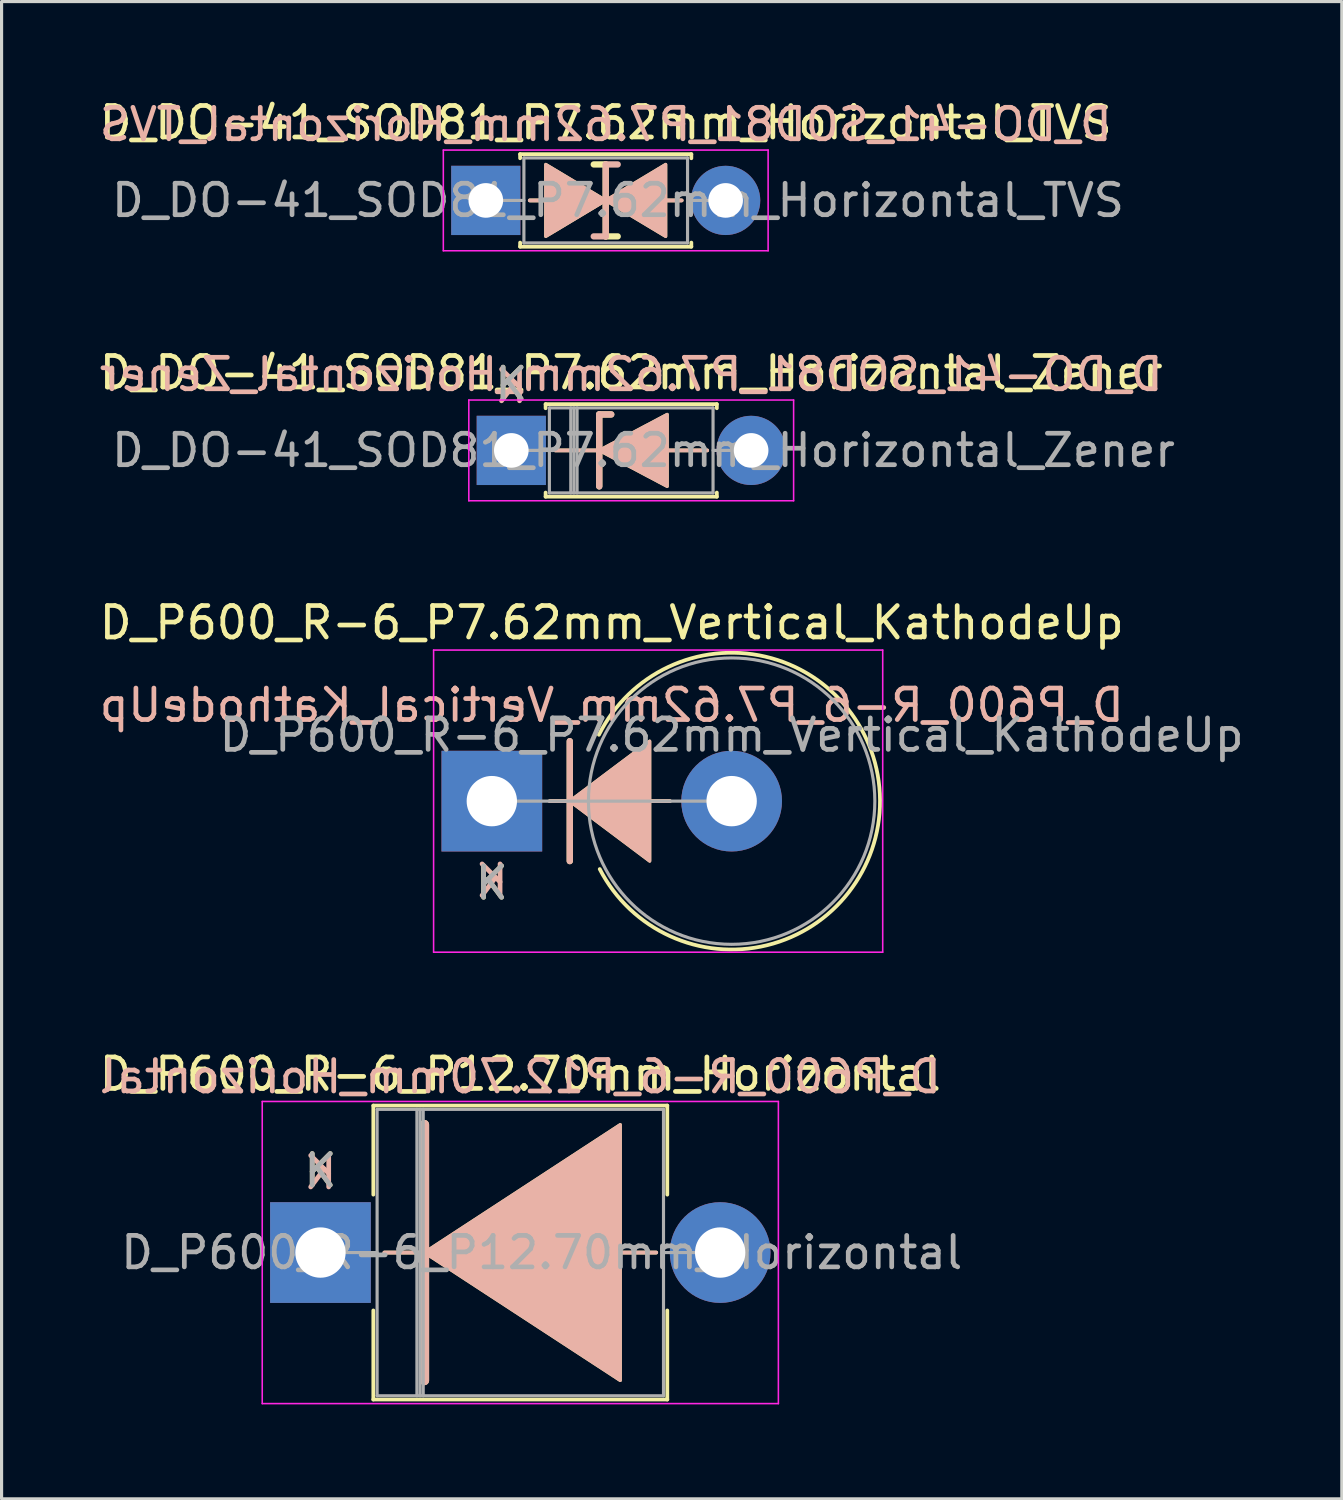
<source format=kicad_pcb>
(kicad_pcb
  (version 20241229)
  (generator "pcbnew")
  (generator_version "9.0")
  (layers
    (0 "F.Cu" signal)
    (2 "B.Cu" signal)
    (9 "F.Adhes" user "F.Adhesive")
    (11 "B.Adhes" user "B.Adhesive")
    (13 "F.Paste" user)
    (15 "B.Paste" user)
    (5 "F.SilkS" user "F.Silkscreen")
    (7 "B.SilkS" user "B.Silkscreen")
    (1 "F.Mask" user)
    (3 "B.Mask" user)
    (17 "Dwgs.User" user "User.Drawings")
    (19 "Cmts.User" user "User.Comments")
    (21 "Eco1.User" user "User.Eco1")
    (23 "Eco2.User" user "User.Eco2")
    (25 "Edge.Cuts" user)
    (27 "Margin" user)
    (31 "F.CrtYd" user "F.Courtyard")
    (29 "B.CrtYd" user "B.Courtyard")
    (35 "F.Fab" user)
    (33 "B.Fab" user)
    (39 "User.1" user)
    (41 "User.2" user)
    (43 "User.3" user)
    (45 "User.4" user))
  (footprint "D_DO-41_SOD81_P7.62mm_Horizontal_Zener"
    (layer "F.Cu")
    (at 13.196 11.261)
    (property "Reference" "D_DO-41_SOD81_P7.62mm_Horizontal_Zener" (at 3.81 -2.47 0) (layer "F.SilkS") (effects (font (size 1 1) (thickness 0.15))))
    (fp_line (start 1.09 -1.47) (end 6.53 -1.47) (stroke (width 0.12) (type solid)) (layer "F.SilkS"))
    (fp_line (start 1.09 -1.34) (end 1.09 -1.47) (stroke (width 0.12) (type solid)) (layer "F.SilkS"))
    (fp_line (start 1.09 1.34) (end 1.09 1.47) (stroke (width 0.12) (type solid)) (layer "F.SilkS"))
    (fp_line (start 1.09 1.47) (end 6.53 1.47) (stroke (width 0.12) (type solid)) (layer "F.SilkS"))
    (fp_line (start 2.794 -1.143) (end 2.794 1.143) (stroke (width 0.2) (type solid)) (layer "F.SilkS"))
    (fp_line (start 2.794 -1.143) (end 3.175 -1.143) (stroke (width 0.2) (type solid)) (layer "F.SilkS"))
    (fp_line (start 2.794 0) (end 1.397 0) (stroke (width 0.12) (type solid)) (layer "F.SilkS"))
    (fp_line (start 4.953 0) (end 6.223 0) (stroke (width 0.12) (type solid)) (layer "F.SilkS"))
    (fp_line (start 6.53 -1.47) (end 6.53 -1.34) (stroke (width 0.12) (type solid)) (layer "F.SilkS"))
    (fp_line (start 6.53 1.47) (end 6.53 1.34) (stroke (width 0.12) (type solid)) (layer "F.SilkS"))
    (fp_poly (pts (xy 4.953 1.143) (xy 2.794 0) (xy 4.953 -1.143)) (stroke (width 0.1) (type solid)) (fill yes) (layer "F.SilkS"))
    (fp_line (start 2.794 -1.143) (end 3.175 -1.143) (stroke (width 0.2) (type solid)) (layer "B.SilkS"))
    (fp_line (start 2.794 0) (end 1.397 0) (stroke (width 0.12) (type solid)) (layer "B.SilkS"))
    (fp_line (start 2.794 1.143) (end 2.794 -1.143) (stroke (width 0.2) (type solid)) (layer "B.SilkS"))
    (fp_line (start 4.953 0) (end 6.223 0) (stroke (width 0.12) (type solid)) (layer "B.SilkS"))
    (fp_poly (pts (xy 4.953 -1.143) (xy 2.794 0) (xy 4.953 1.143)) (stroke (width 0.1) (type solid)) (fill yes) (layer "B.SilkS"))
    (fp_line (start -1.35 -1.6) (end -1.35 1.6) (stroke (width 0.05) (type solid)) (layer "F.CrtYd"))
    (fp_line (start -1.35 1.6) (end 8.97 1.6) (stroke (width 0.05) (type solid)) (layer "F.CrtYd"))
    (fp_line (start 8.97 -1.6) (end -1.35 -1.6) (stroke (width 0.05) (type solid)) (layer "F.CrtYd"))
    (fp_line (start 8.97 1.6) (end 8.97 -1.6) (stroke (width 0.05) (type solid)) (layer "F.CrtYd"))
    (fp_line (start 0 0) (end 1.21 0) (stroke (width 0.1) (type solid)) (layer "F.Fab"))
    (fp_line (start 1.21 -1.35) (end 1.21 1.35) (stroke (width 0.1) (type solid)) (layer "F.Fab"))
    (fp_line (start 1.21 1.35) (end 6.41 1.35) (stroke (width 0.1) (type solid)) (layer "F.Fab"))
    (fp_line (start 1.89 -1.35) (end 1.89 1.35) (stroke (width 0.1) (type solid)) (layer "F.Fab"))
    (fp_line (start 1.99 -1.35) (end 1.99 1.35) (stroke (width 0.1) (type solid)) (layer "F.Fab"))
    (fp_line (start 2.09 -1.35) (end 2.09 1.35) (stroke (width 0.1) (type solid)) (layer "F.Fab"))
    (fp_line (start 6.41 -1.35) (end 1.21 -1.35) (stroke (width 0.1) (type solid)) (layer "F.Fab"))
    (fp_line (start 6.41 1.35) (end 6.41 -1.35) (stroke (width 0.1) (type solid)) (layer "F.Fab"))
    (fp_line (start 7.62 0) (end 6.41 0) (stroke (width 0.1) (type solid)) (layer "F.Fab"))
    (fp_text user "K" (at 0 -2.1 0) (layer "F.SilkS") (effects (font (size 1 1) (thickness 0.15))))
    (fp_text user "K" (at 0 -2.032 0) (layer "B.SilkS") (effects (font (size 1 1) (thickness 0.15)) (justify mirror)))
    (fp_text user "${REFERENCE}" (at 3.81 -2.413 0) (layer "B.SilkS") (effects (font (size 1 1) (thickness 0.15)) (justify mirror)))
    (fp_text user "K" (at 0 -2.1 0) (layer "F.Fab") (effects (font (size 1 1) (thickness 0.15))))
    (fp_text user "${REFERENCE}" (at 4.2 0 0) (layer "F.Fab") (effects (font (size 1 1) (thickness 0.15))))
    (pad "1" thru_hole rect (at 0 0) (size 2.2 2.2) (drill 1.1) (layers "*.Cu" "*.Mask"))
    (pad "2" thru_hole oval (at 7.62 0) (size 2.2 2.2) (drill 1.1) (layers "*.Cu" "*.Mask")))
  (footprint "D_P600_R-6_P12.70mm_Horizontal"
    (layer "F.Cu")
    (at 7.132 36.748)
    (property "Reference" "D_P600_R-6_P12.70mm_Horizontal" (at 6.35 -5.67 0) (layer "F.SilkS") (effects (font (size 1 1) (thickness 0.15))))
    (fp_line (start 1.68 -4.67) (end 11.02 -4.67) (stroke (width 0.12) (type solid)) (layer "F.SilkS"))
    (fp_line (start 1.68 -1.84) (end 1.68 -4.67) (stroke (width 0.12) (type solid)) (layer "F.SilkS"))
    (fp_line (start 1.68 1.84) (end 1.68 4.67) (stroke (width 0.12) (type solid)) (layer "F.SilkS"))
    (fp_line (start 1.68 4.67) (end 11.02 4.67) (stroke (width 0.12) (type solid)) (layer "F.SilkS"))
    (fp_line (start 3.175 0) (end 2.032 0) (stroke (width 0.12) (type solid)) (layer "F.SilkS"))
    (fp_line (start 3.302 -4.064) (end 3.302 4.064) (stroke (width 0.3) (type solid)) (layer "F.SilkS"))
    (fp_line (start 9.398 0) (end 10.668 0) (stroke (width 0.12) (type solid)) (layer "F.SilkS"))
    (fp_line (start 11.02 -4.67) (end 11.02 -1.84) (stroke (width 0.12) (type solid)) (layer "F.SilkS"))
    (fp_line (start 11.02 4.67) (end 11.02 1.84) (stroke (width 0.12) (type solid)) (layer "F.SilkS"))
    (fp_poly (pts (xy 9.525 4.064) (xy 3.302 0) (xy 9.525 -4.064)) (stroke (width 0.1) (type solid)) (fill yes) (layer "F.SilkS"))
    (fp_line (start 3.175 0) (end 2.032 0) (stroke (width 0.12) (type solid)) (layer "B.SilkS"))
    (fp_line (start 3.302 4.064) (end 3.302 -4.064) (stroke (width 0.3) (type solid)) (layer "B.SilkS"))
    (fp_line (start 9.398 0) (end 10.668 0) (stroke (width 0.12) (type solid)) (layer "B.SilkS"))
    (fp_poly (pts (xy 9.525 -4.064) (xy 3.302 0) (xy 9.525 4.064)) (stroke (width 0.1) (type solid)) (fill yes) (layer "B.SilkS"))
    (fp_line (start -1.85 -4.8) (end -1.85 4.8) (stroke (width 0.05) (type solid)) (layer "F.CrtYd"))
    (fp_line (start -1.85 4.8) (end 14.55 4.8) (stroke (width 0.05) (type solid)) (layer "F.CrtYd"))
    (fp_line (start 14.55 -4.8) (end -1.85 -4.8) (stroke (width 0.05) (type solid)) (layer "F.CrtYd"))
    (fp_line (start 14.55 4.8) (end 14.55 -4.8) (stroke (width 0.05) (type solid)) (layer "F.CrtYd"))
    (fp_line (start 0 0) (end 1.8 0) (stroke (width 0.1) (type solid)) (layer "F.Fab"))
    (fp_line (start 1.8 -4.55) (end 1.8 4.55) (stroke (width 0.1) (type solid)) (layer "F.Fab"))
    (fp_line (start 1.8 4.55) (end 10.9 4.55) (stroke (width 0.1) (type solid)) (layer "F.Fab"))
    (fp_line (start 3.065 -4.55) (end 3.065 4.55) (stroke (width 0.1) (type solid)) (layer "F.Fab"))
    (fp_line (start 3.165 -4.55) (end 3.165 4.55) (stroke (width 0.1) (type solid)) (layer "F.Fab"))
    (fp_line (start 3.265 -4.55) (end 3.265 4.55) (stroke (width 0.1) (type solid)) (layer "F.Fab"))
    (fp_line (start 10.9 -4.55) (end 1.8 -4.55) (stroke (width 0.1) (type solid)) (layer "F.Fab"))
    (fp_line (start 10.9 4.55) (end 10.9 -4.55) (stroke (width 0.1) (type solid)) (layer "F.Fab"))
    (fp_line (start 12.7 0) (end 10.9 0) (stroke (width 0.1) (type solid)) (layer "F.Fab"))
    (fp_text user "K" (at 0 -2.6 0) (layer "F.SilkS") (effects (font (size 1 1) (thickness 0.15))))
    (fp_text user "${REFERENCE}" (at 6.35 -5.588 0) (layer "B.SilkS") (effects (font (size 1 1) (thickness 0.15)) (justify mirror)))
    (fp_text user "K" (at 0 -2.54 0) (layer "B.SilkS") (effects (font (size 1 1) (thickness 0.15)) (justify mirror)))
    (fp_text user "K" (at 0 -2.6 0) (layer "F.Fab") (effects (font (size 1 1) (thickness 0.15))))
    (fp_text user "${REFERENCE}" (at 7.032 0 0) (layer "F.Fab") (effects (font (size 1 1) (thickness 0.15))))
    (pad "1" thru_hole rect (at 0 0) (size 3.2 3.2) (drill 1.6) (layers "*.Cu" "*.Mask"))
    (pad "2" thru_hole oval (at 12.7 0) (size 3.2 3.2) (drill 1.6) (layers "*.Cu" "*.Mask")))
  (footprint "D_DO-41_SOD81_P7.62mm_Horizontal_TVS"
    (layer "F.Cu")
    (at 12.386 3.318)
    (property "Reference" "D_DO-41_SOD81_P7.62mm_Horizontal_TVS" (at 3.81 -2.47 0) (layer "F.SilkS") (effects (font (size 1 1) (thickness 0.15))))
    (fp_line (start 1.09 -1.47) (end 6.53 -1.47) (stroke (width 0.12) (type solid)) (layer "F.SilkS"))
    (fp_line (start 1.09 -1.34) (end 1.09 -1.47) (stroke (width 0.12) (type solid)) (layer "F.SilkS"))
    (fp_line (start 1.09 1.34) (end 1.09 1.47) (stroke (width 0.12) (type solid)) (layer "F.SilkS"))
    (fp_line (start 1.09 1.47) (end 6.53 1.47) (stroke (width 0.12) (type solid)) (layer "F.SilkS"))
    (fp_line (start 1.397 0) (end 1.905 0) (stroke (width 0.12) (type solid)) (layer "F.SilkS"))
    (fp_line (start 3.81 -1.143) (end 3.429 -1.143) (stroke (width 0.2) (type solid)) (layer "F.SilkS"))
    (fp_line (start 3.81 1.143) (end 3.81 -1.143) (stroke (width 0.2) (type solid)) (layer "F.SilkS"))
    (fp_line (start 4.191 1.143) (end 3.81 1.143) (stroke (width 0.2) (type solid)) (layer "F.SilkS"))
    (fp_line (start 5.715 0) (end 6.223 0) (stroke (width 0.12) (type solid)) (layer "F.SilkS"))
    (fp_line (start 6.53 -1.47) (end 6.53 -1.34) (stroke (width 0.12) (type solid)) (layer "F.SilkS"))
    (fp_line (start 6.53 1.47) (end 6.53 1.34) (stroke (width 0.12) (type solid)) (layer "F.SilkS"))
    (fp_poly (pts (xy 3.81 0) (xy 1.905 1.143) (xy 1.905 -1.143)) (stroke (width 0.1) (type solid)) (fill yes) (layer "F.SilkS"))
    (fp_poly (pts (xy 3.81 0) (xy 5.715 -1.143) (xy 5.715 1.143)) (stroke (width 0.1) (type solid)) (fill yes) (layer "F.SilkS"))
    (fp_line (start 1.397 0) (end 1.905 0) (stroke (width 0.12) (type solid)) (layer "B.SilkS"))
    (fp_line (start 3.81 -1.143) (end 3.81 1.143) (stroke (width 0.2) (type solid)) (layer "B.SilkS"))
    (fp_line (start 3.81 1.143) (end 3.429 1.143) (stroke (width 0.2) (type solid)) (layer "B.SilkS"))
    (fp_line (start 4.191 -1.143) (end 3.81 -1.143) (stroke (width 0.2) (type solid)) (layer "B.SilkS"))
    (fp_line (start 5.715 0) (end 6.223 0) (stroke (width 0.12) (type solid)) (layer "B.SilkS"))
    (fp_poly (pts (xy 3.81 0) (xy 1.905 -1.143) (xy 1.905 1.143)) (stroke (width 0.1) (type solid)) (fill yes) (layer "B.SilkS"))
    (fp_poly (pts (xy 3.81 0) (xy 5.715 1.143) (xy 5.715 -1.143)) (stroke (width 0.1) (type solid)) (fill yes) (layer "B.SilkS"))
    (fp_line (start -1.35 -1.6) (end -1.35 1.6) (stroke (width 0.05) (type solid)) (layer "F.CrtYd"))
    (fp_line (start -1.35 1.6) (end 8.97 1.6) (stroke (width 0.05) (type solid)) (layer "F.CrtYd"))
    (fp_line (start 8.97 -1.6) (end -1.35 -1.6) (stroke (width 0.05) (type solid)) (layer "F.CrtYd"))
    (fp_line (start 8.97 1.6) (end 8.97 -1.6) (stroke (width 0.05) (type solid)) (layer "F.CrtYd"))
    (fp_line (start 0 0) (end 1.21 0) (stroke (width 0.1) (type solid)) (layer "F.Fab"))
    (fp_line (start 1.21 -1.35) (end 1.21 1.35) (stroke (width 0.1) (type solid)) (layer "F.Fab"))
    (fp_line (start 1.21 1.35) (end 6.41 1.35) (stroke (width 0.1) (type solid)) (layer "F.Fab"))
    (fp_line (start 6.41 -1.35) (end 1.21 -1.35) (stroke (width 0.1) (type solid)) (layer "F.Fab"))
    (fp_line (start 6.41 1.35) (end 6.41 -1.35) (stroke (width 0.1) (type solid)) (layer "F.Fab"))
    (fp_line (start 7.62 0) (end 6.41 0) (stroke (width 0.1) (type solid)) (layer "F.Fab"))
    (fp_text user "${REFERENCE}" (at 3.81 -2.413 0) (layer "B.SilkS") (effects (font (size 1 1) (thickness 0.15)) (justify mirror)))
    (fp_text user "${REFERENCE}" (at 4.2 0 0) (layer "F.Fab") (effects (font (size 1 1) (thickness 0.15))))
    (pad "1" thru_hole rect (at 0 0) (size 2.2 2.2) (drill 1.1) (layers "*.Cu" "*.Mask"))
    (pad "2" thru_hole oval (at 7.62 0) (size 2.2 2.2) (drill 1.1) (layers "*.Cu" "*.Mask")))
  (footprint "D_P600_R-6_P7.62mm_Vertical_KathodeUp"
    (layer "F.Cu")
    (at 12.577 22.405)
    (property "Reference" "D_P600_R-6_P7.62mm_Vertical_KathodeUp" (at 3.81 -5.67 0) (layer "F.SilkS") (effects (font (size 1 1) (thickness 0.15))))
    (fp_line (start 1.841 0) (end 5.657 0) (stroke (width 0.12) (type solid)) (layer "F.SilkS"))
    (fp_line (start 2.477 -1.905) (end 2.477 1.905) (stroke (width 0.2) (type solid)) (layer "F.SilkS"))
    (fp_arc (start 3.403294 -2.108352) (mid 12.334333 -0.028397) (end 3.429 2.159) (stroke (width 0.12) (type solid)) (layer "F.SilkS"))
    (fp_poly (pts (xy 5.016 1.905) (xy 2.477 0) (xy 5.016 -1.905)) (stroke (width 0.1) (type solid)) (fill yes) (layer "F.SilkS"))
    (fp_line (start 1.841 0) (end 5.657 0) (stroke (width 0.12) (type solid)) (layer "B.SilkS"))
    (fp_line (start 2.477 1.905) (end 2.477 -1.905) (stroke (width 0.2) (type solid)) (layer "B.SilkS"))
    (fp_poly (pts (xy 5.016 -1.905) (xy 2.477 0) (xy 5.016 1.905)) (stroke (width 0.1) (type solid)) (fill yes) (layer "B.SilkS"))
    (fp_line (start -1.85 -4.8) (end -1.85 4.8) (stroke (width 0.05) (type solid)) (layer "F.CrtYd"))
    (fp_line (start -1.85 4.8) (end 12.42 4.8) (stroke (width 0.05) (type solid)) (layer "F.CrtYd"))
    (fp_line (start 12.42 -4.8) (end -1.85 -4.8) (stroke (width 0.05) (type solid)) (layer "F.CrtYd"))
    (fp_line (start 12.42 4.8) (end 12.42 -4.8) (stroke (width 0.05) (type solid)) (layer "F.CrtYd"))
    (fp_line (start 0 0) (end 7.62 0) (stroke (width 0.1) (type solid)) (layer "F.Fab"))
    (fp_circle (center 7.62 0) (end 12.17 0) (stroke (width 0.1) (type solid)) (fill no) (layer "F.Fab"))
    (fp_text user "K" (at 0 2.6 0) (layer "F.SilkS") (effects (font (size 1 1) (thickness 0.15))))
    (fp_text user "${REFERENCE}" (at 3.81 -3.048 0) (layer "B.SilkS") (effects (font (size 1 1) (thickness 0.15)) (justify mirror)))
    (fp_text user "K" (at 0 2.54 0) (layer "B.SilkS") (effects (font (size 1 1) (thickness 0.15)) (justify mirror)))
    (fp_text user "${REFERENCE}" (at 7.62 -2.1 0) (layer "F.Fab") (effects (font (size 1 1) (thickness 0.15))))
    (fp_text user "K" (at 0 2.6 0) (layer "F.Fab") (effects (font (size 1 1) (thickness 0.15))))
    (pad "1" thru_hole rect (at 0 0) (size 3.2 3.2) (drill 1.6) (layers "*.Cu" "*.Mask"))
    (pad "2" thru_hole oval (at 7.62 0) (size 3.2 3.2) (drill 1.6) (layers "*.Cu" "*.Mask")))
  (gr_rect
    (start -3 -3)
    (end 39.584 44.573)
    (stroke (width 0.1) (type default))
    (fill no)
    (layer "Edge.Cuts")))
</source>
